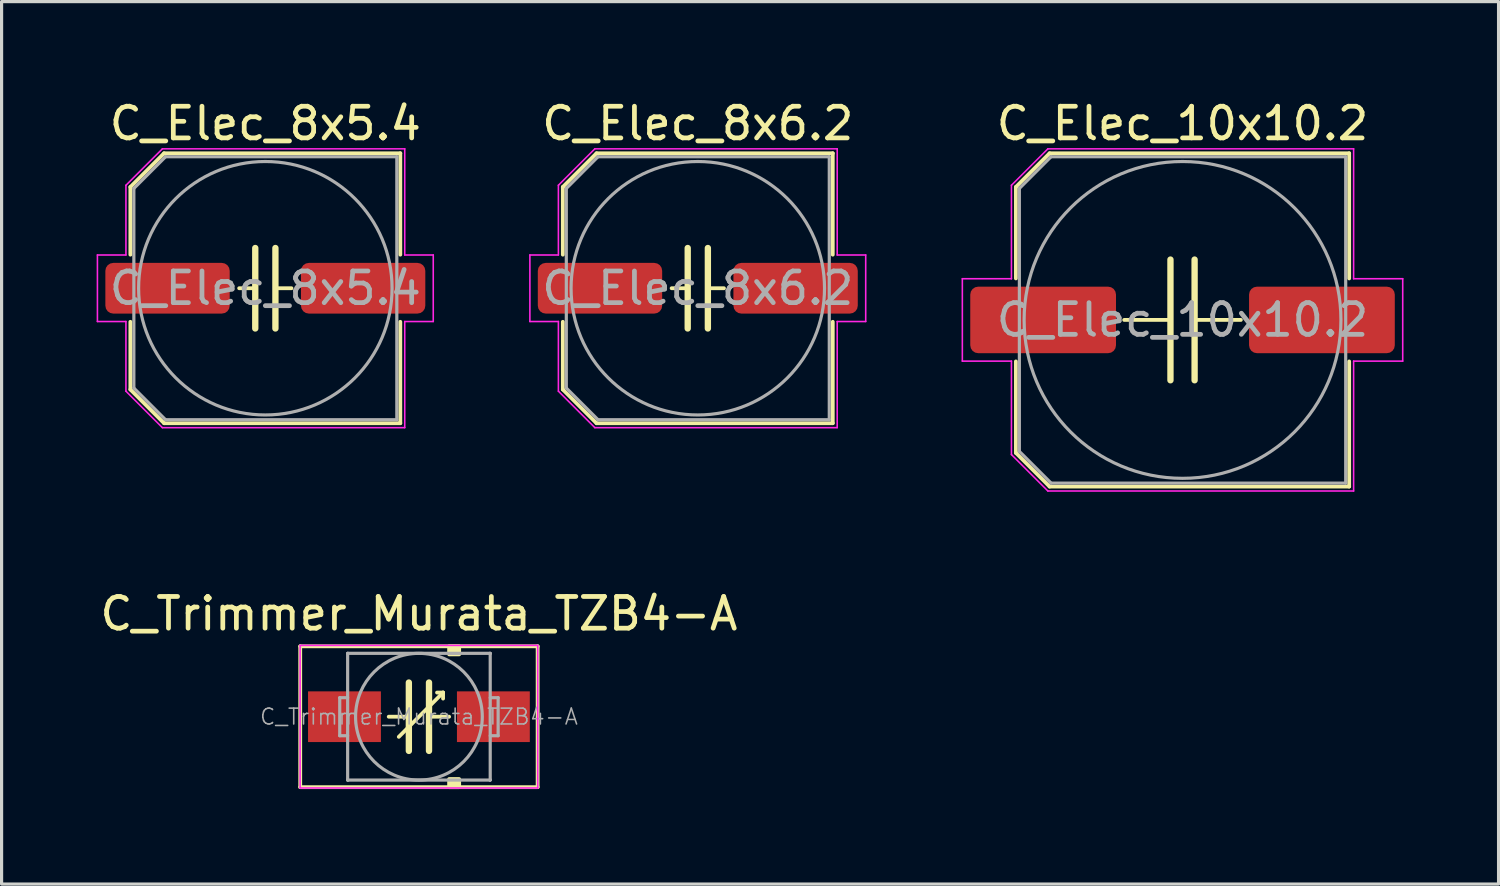
<source format=kicad_pcb>
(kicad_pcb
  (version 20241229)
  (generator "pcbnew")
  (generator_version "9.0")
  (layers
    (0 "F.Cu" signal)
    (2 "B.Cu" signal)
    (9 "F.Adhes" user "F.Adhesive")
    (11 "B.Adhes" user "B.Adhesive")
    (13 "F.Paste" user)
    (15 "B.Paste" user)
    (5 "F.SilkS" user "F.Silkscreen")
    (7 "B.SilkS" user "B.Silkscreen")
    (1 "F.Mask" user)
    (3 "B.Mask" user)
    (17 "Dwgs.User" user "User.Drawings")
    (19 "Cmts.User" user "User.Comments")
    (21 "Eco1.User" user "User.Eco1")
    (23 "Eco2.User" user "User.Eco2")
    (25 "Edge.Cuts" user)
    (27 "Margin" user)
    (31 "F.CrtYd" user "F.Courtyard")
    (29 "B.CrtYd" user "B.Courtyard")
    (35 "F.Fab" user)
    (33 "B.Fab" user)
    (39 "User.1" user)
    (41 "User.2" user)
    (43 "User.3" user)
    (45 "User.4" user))
  (footprint "C_Trimmer_Murata_TZB4-A"
    (layer "F.Cu")
    (at 10.173 19.572)
    (property "Reference" "C_Trimmer_Murata_TZB4-A" (at 0 -3.25 0) (layer "F.SilkS") (effects (font (size 1 1) (thickness 0.15))))
    (attr smd)
    (fp_line (start -3.747 -2.223) (end -3.747 2.223) (stroke (width 0.12) (type solid)) (layer "F.SilkS"))
    (fp_line (start -3.747 2.223) (end 3.747 2.223) (stroke (width 0.12) (type solid)) (layer "F.SilkS"))
    (fp_line (start -0.635 0.635) (end 0.762 -0.762) (stroke (width 0.12) (type solid)) (layer "F.SilkS"))
    (fp_line (start -0.318 -1.079) (end -0.318 1.079) (stroke (width 0.2) (type solid)) (layer "F.SilkS"))
    (fp_line (start -0.318 0) (end -0.953 0) (stroke (width 0.12) (type solid)) (layer "F.SilkS"))
    (fp_line (start 0.318 -1.079) (end 0.318 1.079) (stroke (width 0.2) (type solid)) (layer "F.SilkS"))
    (fp_line (start 0.762 -0.762) (end 0.572 -0.762) (stroke (width 0.12) (type solid)) (layer "F.SilkS"))
    (fp_line (start 0.762 -0.762) (end 0.762 -0.572) (stroke (width 0.12) (type solid)) (layer "F.SilkS"))
    (fp_line (start 0.953 0) (end 0.318 0) (stroke (width 0.12) (type solid)) (layer "F.SilkS"))
    (fp_line (start 3.747 -2.223) (end -3.747 -2.223) (stroke (width 0.12) (type solid)) (layer "F.SilkS"))
    (fp_line (start 3.747 2.223) (end 3.747 -2.223) (stroke (width 0.12) (type solid)) (layer "F.SilkS"))
    (fp_rect (start 0.953 -2.223) (end 1.27 -1.968) (stroke (width 0.12) (type solid)) (fill yes) (layer "F.SilkS"))
    (fp_rect (start 0.953 1.968) (end 1.27 2.223) (stroke (width 0.12) (type solid)) (fill yes) (layer "F.SilkS"))
    (fp_line (start -3.75 -2.25) (end -3.75 2.25) (stroke (width 0.05) (type solid)) (layer "F.CrtYd"))
    (fp_line (start -3.75 2.25) (end 3.75 2.25) (stroke (width 0.05) (type solid)) (layer "F.CrtYd"))
    (fp_line (start 3.75 -2.25) (end -3.75 -2.25) (stroke (width 0.05) (type solid)) (layer "F.CrtYd"))
    (fp_line (start 3.75 2.25) (end 3.75 -2.25) (stroke (width 0.05) (type solid)) (layer "F.CrtYd"))
    (fp_line (start -2.5 -0.6) (end -2.5 0.6) (stroke (width 0.1) (type solid)) (layer "F.Fab"))
    (fp_line (start -2.5 0.6) (end -2.25 0.6) (stroke (width 0.1) (type solid)) (layer "F.Fab"))
    (fp_line (start -2.25 -2) (end -2.24 -2) (stroke (width 0.1) (type solid)) (layer "F.Fab"))
    (fp_line (start -2.25 -1.99) (end -2.25 -2) (stroke (width 0.1) (type solid)) (layer "F.Fab"))
    (fp_line (start -2.25 -0.6) (end -2.5 -0.6) (stroke (width 0.1) (type solid)) (layer "F.Fab"))
    (fp_line (start -2.25 1.99) (end -2.25 -1.99) (stroke (width 0.1) (type solid)) (layer "F.Fab"))
    (fp_line (start -2.25 2) (end -2.25 1.99) (stroke (width 0.1) (type solid)) (layer "F.Fab"))
    (fp_line (start -2.24 -2) (end 2.24 -2) (stroke (width 0.1) (type solid)) (layer "F.Fab"))
    (fp_line (start -2.24 2) (end -2.25 2) (stroke (width 0.1) (type solid)) (layer "F.Fab"))
    (fp_line (start 2.24 -2) (end 2.25 -2) (stroke (width 0.1) (type solid)) (layer "F.Fab"))
    (fp_line (start 2.24 2) (end -2.24 2) (stroke (width 0.1) (type solid)) (layer "F.Fab"))
    (fp_line (start 2.25 -2) (end 2.25 -1.99) (stroke (width 0.1) (type solid)) (layer "F.Fab"))
    (fp_line (start 2.25 -1.99) (end 2.25 1.99) (stroke (width 0.1) (type solid)) (layer "F.Fab"))
    (fp_line (start 2.25 -0.6) (end 2.5 -0.6) (stroke (width 0.1) (type solid)) (layer "F.Fab"))
    (fp_line (start 2.25 1.99) (end 2.25 2) (stroke (width 0.1) (type solid)) (layer "F.Fab"))
    (fp_line (start 2.25 2) (end 2.24 2) (stroke (width 0.1) (type solid)) (layer "F.Fab"))
    (fp_line (start 2.5 -0.6) (end 2.5 0.6) (stroke (width 0.1) (type solid)) (layer "F.Fab"))
    (fp_line (start 2.5 0.6) (end 2.25 0.6) (stroke (width 0.1) (type solid)) (layer "F.Fab"))
    (fp_circle (center 0 0) (end 2 0) (stroke (width 0.1) (type solid)) (fill no) (layer "F.Fab"))
    (fp_text user "${REFERENCE}" (at 0 0 0) (layer "F.Fab") (effects (font (size 0.5 0.5) (thickness 0.05))))
    (pad "1" smd rect (at -2.35 0) (size 2.3 1.6) (layers "F.Cu" "F.Mask" "F.Paste"))
    (pad "2" smd rect (at 2.35 0) (size 2.3 1.6) (layers "F.Cu" "F.Mask" "F.Paste")))
  (footprint "C_Elec_8x6.2"
    (layer "F.Cu")
    (at 18.975 6.048)
    (property "Reference" "C_Elec_8x6.2" (at 0 -5.2 0) (layer "F.SilkS") (effects (font (size 1 1) (thickness 0.15))))
    (attr smd)
    (fp_line (start -4.26 -3.196) (end -4.26 -1.06) (stroke (width 0.12) (type solid)) (layer "F.SilkS"))
    (fp_line (start -4.26 -3.196) (end -3.196 -4.26) (stroke (width 0.12) (type solid)) (layer "F.SilkS"))
    (fp_line (start -4.26 3.196) (end -4.26 1.06) (stroke (width 0.12) (type solid)) (layer "F.SilkS"))
    (fp_line (start -4.26 3.196) (end -3.196 4.26) (stroke (width 0.12) (type solid)) (layer "F.SilkS"))
    (fp_line (start -3.196 -4.26) (end 4.26 -4.26) (stroke (width 0.12) (type solid)) (layer "F.SilkS"))
    (fp_line (start -3.196 4.26) (end 4.26 4.26) (stroke (width 0.12) (type solid)) (layer "F.SilkS"))
    (fp_line (start -0.318 -1.27) (end -0.318 1.27) (stroke (width 0.2) (type solid)) (layer "F.SilkS"))
    (fp_line (start -0.318 0) (end -0.826 0) (stroke (width 0.12) (type solid)) (layer "F.SilkS"))
    (fp_line (start 0.318 -1.27) (end 0.318 1.27) (stroke (width 0.2) (type solid)) (layer "F.SilkS"))
    (fp_line (start 0.318 0) (end 0.826 0) (stroke (width 0.12) (type solid)) (layer "F.SilkS"))
    (fp_line (start 4.26 -4.26) (end 4.26 -1.06) (stroke (width 0.12) (type solid)) (layer "F.SilkS"))
    (fp_line (start 4.26 4.26) (end 4.26 1.06) (stroke (width 0.12) (type solid)) (layer "F.SilkS"))
    (fp_line (start -5.3 -1.05) (end -5.3 1.05) (stroke (width 0.05) (type solid)) (layer "F.CrtYd"))
    (fp_line (start -5.3 1.05) (end -4.4 1.05) (stroke (width 0.05) (type solid)) (layer "F.CrtYd"))
    (fp_line (start -4.4 -3.25) (end -4.4 -1.05) (stroke (width 0.05) (type solid)) (layer "F.CrtYd"))
    (fp_line (start -4.4 -3.25) (end -3.25 -4.4) (stroke (width 0.05) (type solid)) (layer "F.CrtYd"))
    (fp_line (start -4.4 -1.05) (end -5.3 -1.05) (stroke (width 0.05) (type solid)) (layer "F.CrtYd"))
    (fp_line (start -4.4 1.05) (end -4.4 3.25) (stroke (width 0.05) (type solid)) (layer "F.CrtYd"))
    (fp_line (start -4.4 3.25) (end -3.25 4.4) (stroke (width 0.05) (type solid)) (layer "F.CrtYd"))
    (fp_line (start -3.25 -4.4) (end 4.4 -4.4) (stroke (width 0.05) (type solid)) (layer "F.CrtYd"))
    (fp_line (start -3.25 4.4) (end 4.4 4.4) (stroke (width 0.05) (type solid)) (layer "F.CrtYd"))
    (fp_line (start 4.4 -4.4) (end 4.4 -1.05) (stroke (width 0.05) (type solid)) (layer "F.CrtYd"))
    (fp_line (start 4.4 -1.05) (end 5.3 -1.05) (stroke (width 0.05) (type solid)) (layer "F.CrtYd"))
    (fp_line (start 4.4 1.05) (end 4.4 4.4) (stroke (width 0.05) (type solid)) (layer "F.CrtYd"))
    (fp_line (start 5.3 -1.05) (end 5.3 1.05) (stroke (width 0.05) (type solid)) (layer "F.CrtYd"))
    (fp_line (start 5.3 1.05) (end 4.4 1.05) (stroke (width 0.05) (type solid)) (layer "F.CrtYd"))
    (fp_line (start -4.15 -3.15) (end -4.15 3.15) (stroke (width 0.1) (type solid)) (layer "F.Fab"))
    (fp_line (start -4.15 -3.15) (end -3.15 -4.15) (stroke (width 0.1) (type solid)) (layer "F.Fab"))
    (fp_line (start -4.15 3.15) (end -3.15 4.15) (stroke (width 0.1) (type solid)) (layer "F.Fab"))
    (fp_line (start -3.15 -4.15) (end 4.15 -4.15) (stroke (width 0.1) (type solid)) (layer "F.Fab"))
    (fp_line (start -3.15 4.15) (end 4.15 4.15) (stroke (width 0.1) (type solid)) (layer "F.Fab"))
    (fp_line (start 4.15 -4.15) (end 4.15 4.15) (stroke (width 0.1) (type solid)) (layer "F.Fab"))
    (fp_circle (center 0 0) (end 4 0) (stroke (width 0.1) (type solid)) (fill no) (layer "F.Fab"))
    (fp_text user "${REFERENCE}" (at 0 0 0) (layer "F.Fab") (effects (font (size 1 1) (thickness 0.15))))
    (pad "1" smd roundrect (at -3.087 0) (size 3.925 1.6) (layers "F.Cu" "F.Mask" "F.Paste") (roundrect_rratio 0.156))
    (pad "2" smd roundrect (at 3.087 0) (size 3.925 1.6) (layers "F.Cu" "F.Mask" "F.Paste") (roundrect_rratio 0.156)))
  (footprint "C_Elec_8x5.4"
    (layer "F.Cu")
    (at 5.325 6.048)
    (property "Reference" "C_Elec_8x5.4" (at 0 -5.2 0) (layer "F.SilkS") (effects (font (size 1 1) (thickness 0.15))))
    (attr smd)
    (fp_line (start -4.26 -3.196) (end -4.26 -1.06) (stroke (width 0.12) (type solid)) (layer "F.SilkS"))
    (fp_line (start -4.26 -3.196) (end -3.196 -4.26) (stroke (width 0.12) (type solid)) (layer "F.SilkS"))
    (fp_line (start -4.26 3.196) (end -4.26 1.06) (stroke (width 0.12) (type solid)) (layer "F.SilkS"))
    (fp_line (start -4.26 3.196) (end -3.196 4.26) (stroke (width 0.12) (type solid)) (layer "F.SilkS"))
    (fp_line (start -3.196 -4.26) (end 4.26 -4.26) (stroke (width 0.12) (type solid)) (layer "F.SilkS"))
    (fp_line (start -3.196 4.26) (end 4.26 4.26) (stroke (width 0.12) (type solid)) (layer "F.SilkS"))
    (fp_line (start -0.318 -1.27) (end -0.318 1.27) (stroke (width 0.2) (type solid)) (layer "F.SilkS"))
    (fp_line (start -0.318 0) (end -0.826 0) (stroke (width 0.12) (type solid)) (layer "F.SilkS"))
    (fp_line (start 0.318 -1.27) (end 0.318 1.27) (stroke (width 0.2) (type solid)) (layer "F.SilkS"))
    (fp_line (start 0.318 0) (end 0.826 0) (stroke (width 0.12) (type solid)) (layer "F.SilkS"))
    (fp_line (start 4.26 -4.26) (end 4.26 -1.06) (stroke (width 0.12) (type solid)) (layer "F.SilkS"))
    (fp_line (start 4.26 4.26) (end 4.26 1.06) (stroke (width 0.12) (type solid)) (layer "F.SilkS"))
    (fp_line (start -5.3 -1.05) (end -5.3 1.05) (stroke (width 0.05) (type solid)) (layer "F.CrtYd"))
    (fp_line (start -5.3 1.05) (end -4.4 1.05) (stroke (width 0.05) (type solid)) (layer "F.CrtYd"))
    (fp_line (start -4.4 -3.25) (end -4.4 -1.05) (stroke (width 0.05) (type solid)) (layer "F.CrtYd"))
    (fp_line (start -4.4 -3.25) (end -3.25 -4.4) (stroke (width 0.05) (type solid)) (layer "F.CrtYd"))
    (fp_line (start -4.4 -1.05) (end -5.3 -1.05) (stroke (width 0.05) (type solid)) (layer "F.CrtYd"))
    (fp_line (start -4.4 1.05) (end -4.4 3.25) (stroke (width 0.05) (type solid)) (layer "F.CrtYd"))
    (fp_line (start -4.4 3.25) (end -3.25 4.4) (stroke (width 0.05) (type solid)) (layer "F.CrtYd"))
    (fp_line (start -3.25 -4.4) (end 4.4 -4.4) (stroke (width 0.05) (type solid)) (layer "F.CrtYd"))
    (fp_line (start -3.25 4.4) (end 4.4 4.4) (stroke (width 0.05) (type solid)) (layer "F.CrtYd"))
    (fp_line (start 4.4 -4.4) (end 4.4 -1.05) (stroke (width 0.05) (type solid)) (layer "F.CrtYd"))
    (fp_line (start 4.4 -1.05) (end 5.3 -1.05) (stroke (width 0.05) (type solid)) (layer "F.CrtYd"))
    (fp_line (start 4.4 1.05) (end 4.4 4.4) (stroke (width 0.05) (type solid)) (layer "F.CrtYd"))
    (fp_line (start 5.3 -1.05) (end 5.3 1.05) (stroke (width 0.05) (type solid)) (layer "F.CrtYd"))
    (fp_line (start 5.3 1.05) (end 4.4 1.05) (stroke (width 0.05) (type solid)) (layer "F.CrtYd"))
    (fp_line (start -4.15 -3.15) (end -4.15 3.15) (stroke (width 0.1) (type solid)) (layer "F.Fab"))
    (fp_line (start -4.15 -3.15) (end -3.15 -4.15) (stroke (width 0.1) (type solid)) (layer "F.Fab"))
    (fp_line (start -4.15 3.15) (end -3.15 4.15) (stroke (width 0.1) (type solid)) (layer "F.Fab"))
    (fp_line (start -3.15 -4.15) (end 4.15 -4.15) (stroke (width 0.1) (type solid)) (layer "F.Fab"))
    (fp_line (start -3.15 4.15) (end 4.15 4.15) (stroke (width 0.1) (type solid)) (layer "F.Fab"))
    (fp_line (start 4.15 -4.15) (end 4.15 4.15) (stroke (width 0.1) (type solid)) (layer "F.Fab"))
    (fp_circle (center 0 0) (end 4 0) (stroke (width 0.1) (type solid)) (fill no) (layer "F.Fab"))
    (fp_text user "${REFERENCE}" (at 0 0 0) (layer "F.Fab") (effects (font (size 1 1) (thickness 0.15))))
    (pad "1" smd roundrect (at -3.087 0) (size 3.925 1.6) (layers "F.Cu" "F.Mask" "F.Paste") (roundrect_rratio 0.156))
    (pad "2" smd roundrect (at 3.087 0) (size 3.925 1.6) (layers "F.Cu" "F.Mask" "F.Paste") (roundrect_rratio 0.156)))
  (footprint "C_Elec_10x10.2"
    (layer "F.Cu")
    (at 34.275 7.048)
    (property "Reference" "C_Elec_10x10.2" (at 0 -6.2 0) (layer "F.SilkS") (effects (font (size 1 1) (thickness 0.15))))
    (attr smd)
    (fp_line (start -5.26 -4.196) (end -5.26 -1.31) (stroke (width 0.12) (type solid)) (layer "F.SilkS"))
    (fp_line (start -5.26 -4.196) (end -4.196 -5.26) (stroke (width 0.12) (type solid)) (layer "F.SilkS"))
    (fp_line (start -5.26 4.196) (end -5.26 1.31) (stroke (width 0.12) (type solid)) (layer "F.SilkS"))
    (fp_line (start -5.26 4.196) (end -4.196 5.26) (stroke (width 0.12) (type solid)) (layer "F.SilkS"))
    (fp_line (start -4.196 -5.26) (end 5.26 -5.26) (stroke (width 0.12) (type solid)) (layer "F.SilkS"))
    (fp_line (start -4.196 5.26) (end 5.26 5.26) (stroke (width 0.12) (type solid)) (layer "F.SilkS"))
    (fp_line (start -0.381 -1.905) (end -0.381 1.905) (stroke (width 0.2) (type solid)) (layer "F.SilkS"))
    (fp_line (start -0.381 0) (end -1.841 0) (stroke (width 0.12) (type solid)) (layer "F.SilkS"))
    (fp_line (start 0.381 -1.905) (end 0.381 1.905) (stroke (width 0.2) (type solid)) (layer "F.SilkS"))
    (fp_line (start 0.381 0) (end 1.841 0) (stroke (width 0.12) (type solid)) (layer "F.SilkS"))
    (fp_line (start 5.26 -5.26) (end 5.26 -1.31) (stroke (width 0.12) (type solid)) (layer "F.SilkS"))
    (fp_line (start 5.26 5.26) (end 5.26 1.31) (stroke (width 0.12) (type solid)) (layer "F.SilkS"))
    (fp_line (start -6.95 -1.3) (end -6.95 1.3) (stroke (width 0.05) (type solid)) (layer "F.CrtYd"))
    (fp_line (start -6.95 1.3) (end -5.4 1.3) (stroke (width 0.05) (type solid)) (layer "F.CrtYd"))
    (fp_line (start -5.4 -4.25) (end -5.4 -1.3) (stroke (width 0.05) (type solid)) (layer "F.CrtYd"))
    (fp_line (start -5.4 -4.25) (end -4.25 -5.4) (stroke (width 0.05) (type solid)) (layer "F.CrtYd"))
    (fp_line (start -5.4 -1.3) (end -6.95 -1.3) (stroke (width 0.05) (type solid)) (layer "F.CrtYd"))
    (fp_line (start -5.4 1.3) (end -5.4 4.25) (stroke (width 0.05) (type solid)) (layer "F.CrtYd"))
    (fp_line (start -5.4 4.25) (end -4.25 5.4) (stroke (width 0.05) (type solid)) (layer "F.CrtYd"))
    (fp_line (start -4.25 -5.4) (end 5.4 -5.4) (stroke (width 0.05) (type solid)) (layer "F.CrtYd"))
    (fp_line (start -4.25 5.4) (end 5.4 5.4) (stroke (width 0.05) (type solid)) (layer "F.CrtYd"))
    (fp_line (start 5.4 -5.4) (end 5.4 -1.3) (stroke (width 0.05) (type solid)) (layer "F.CrtYd"))
    (fp_line (start 5.4 -1.3) (end 6.95 -1.3) (stroke (width 0.05) (type solid)) (layer "F.CrtYd"))
    (fp_line (start 5.4 1.3) (end 5.4 5.4) (stroke (width 0.05) (type solid)) (layer "F.CrtYd"))
    (fp_line (start 6.95 -1.3) (end 6.95 1.3) (stroke (width 0.05) (type solid)) (layer "F.CrtYd"))
    (fp_line (start 6.95 1.3) (end 5.4 1.3) (stroke (width 0.05) (type solid)) (layer "F.CrtYd"))
    (fp_line (start -5.15 -4.15) (end -5.15 4.15) (stroke (width 0.1) (type solid)) (layer "F.Fab"))
    (fp_line (start -5.15 -4.15) (end -4.15 -5.15) (stroke (width 0.1) (type solid)) (layer "F.Fab"))
    (fp_line (start -5.15 4.15) (end -4.15 5.15) (stroke (width 0.1) (type solid)) (layer "F.Fab"))
    (fp_line (start -4.15 -5.15) (end 5.15 -5.15) (stroke (width 0.1) (type solid)) (layer "F.Fab"))
    (fp_line (start -4.15 5.15) (end 5.15 5.15) (stroke (width 0.1) (type solid)) (layer "F.Fab"))
    (fp_line (start 5.15 -5.15) (end 5.15 5.15) (stroke (width 0.1) (type solid)) (layer "F.Fab"))
    (fp_circle (center 0 0) (end 5 0) (stroke (width 0.1) (type solid)) (fill no) (layer "F.Fab"))
    (fp_text user "${REFERENCE}" (at 0 0 0) (layer "F.Fab") (effects (font (size 1 1) (thickness 0.15))))
    (pad "1" smd roundrect (at -4.4 0) (size 4.6 2.1) (layers "F.Cu" "F.Mask" "F.Paste") (roundrect_rratio 0.119))
    (pad "2" smd roundrect (at 4.4 0) (size 4.6 2.1) (layers "F.Cu" "F.Mask" "F.Paste") (roundrect_rratio 0.119)))
  (gr_rect
    (start -3 -3)
    (end 44.25 24.854)
    (stroke (width 0.1) (type default))
    (fill no)
    (layer "Edge.Cuts")))
</source>
